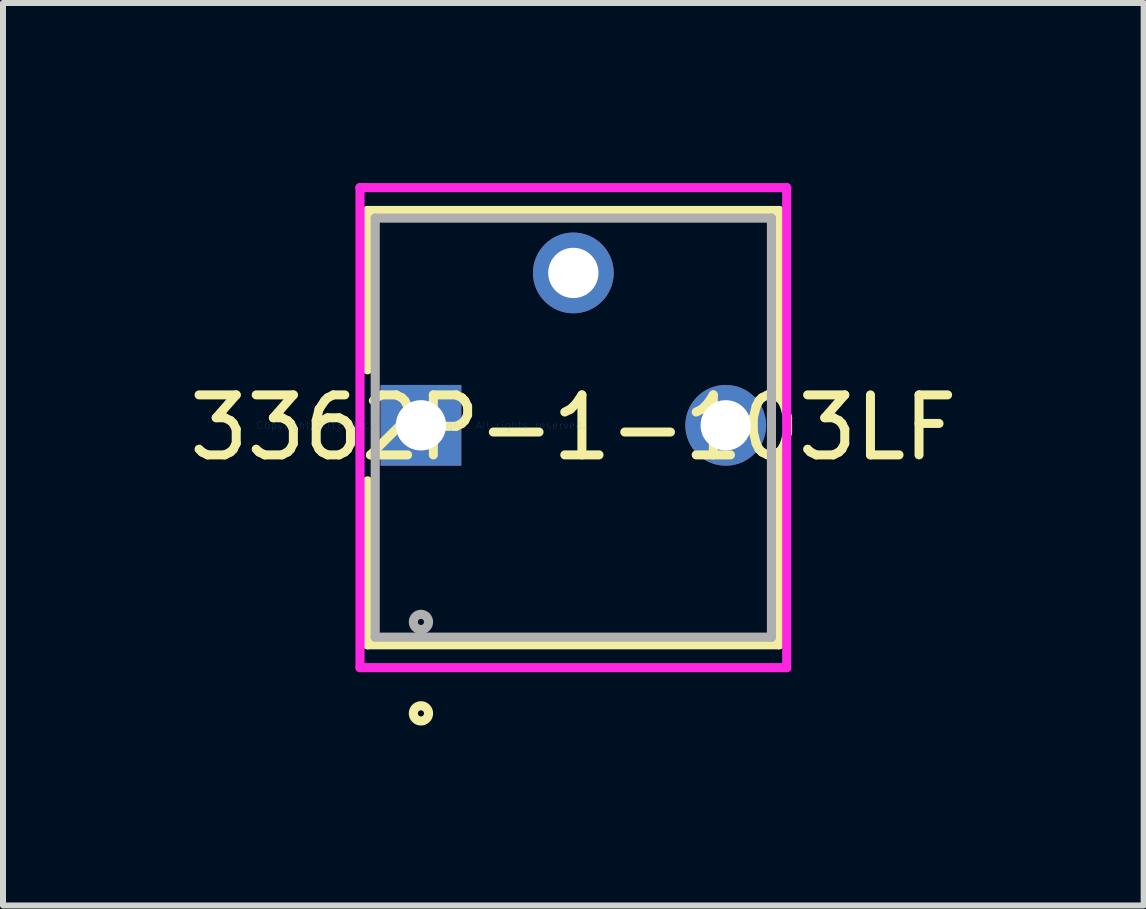
<source format=kicad_pcb>
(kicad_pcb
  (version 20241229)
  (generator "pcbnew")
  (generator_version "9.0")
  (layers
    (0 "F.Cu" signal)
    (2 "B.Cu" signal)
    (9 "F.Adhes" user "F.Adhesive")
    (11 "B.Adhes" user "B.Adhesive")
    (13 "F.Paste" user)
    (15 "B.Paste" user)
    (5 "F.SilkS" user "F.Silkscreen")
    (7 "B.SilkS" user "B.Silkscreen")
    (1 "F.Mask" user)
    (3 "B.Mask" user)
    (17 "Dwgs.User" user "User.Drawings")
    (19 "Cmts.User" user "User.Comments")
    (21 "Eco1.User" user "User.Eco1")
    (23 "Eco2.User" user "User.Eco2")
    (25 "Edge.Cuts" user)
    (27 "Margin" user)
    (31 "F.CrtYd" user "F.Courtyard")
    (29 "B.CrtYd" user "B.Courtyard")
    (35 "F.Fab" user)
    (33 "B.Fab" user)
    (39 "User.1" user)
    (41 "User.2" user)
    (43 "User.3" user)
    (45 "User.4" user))
  (footprint "3362P-1-103LF"
    (layer "F.Cu")
    (at 3.966 4.039)
    (property "Reference" "3362P-1-103LF" (at 2.54 0.038 0) (layer "F.SilkS") (effects (font (size 1 1) (thickness 0.15))))
    (attr through_hole)
    (fp_line (start -0.889 -3.581) (end -0.889 -0.926) (stroke (width 0.152) (type solid)) (layer "F.SilkS"))
    (fp_line (start -0.889 0.926) (end -0.889 3.658) (stroke (width 0.152) (type solid)) (layer "F.SilkS"))
    (fp_line (start -0.889 3.658) (end 5.969 3.658) (stroke (width 0.152) (type solid)) (layer "F.SilkS"))
    (fp_line (start 5.969 -3.581) (end -0.889 -3.581) (stroke (width 0.152) (type solid)) (layer "F.SilkS"))
    (fp_line (start 5.969 -0.471) (end 5.969 -3.581) (stroke (width 0.152) (type solid)) (layer "F.SilkS"))
    (fp_line (start 5.969 3.658) (end 5.969 0.471) (stroke (width 0.152) (type solid)) (layer "F.SilkS"))
    (fp_circle (center 0 4.801) (end 0.127 4.801) (stroke (width 0.152) (type solid)) (fill no) (layer "F.SilkS"))
    (fp_line (start -1.016 -3.962) (end 6.096 -3.962) (stroke (width 0.152) (type solid)) (layer "F.CrtYd"))
    (fp_line (start -1.016 4.039) (end -1.016 -3.962) (stroke (width 0.152) (type solid)) (layer "F.CrtYd"))
    (fp_line (start 6.096 -3.962) (end 6.096 4.039) (stroke (width 0.152) (type solid)) (layer "F.CrtYd"))
    (fp_line (start 6.096 4.039) (end -1.016 4.039) (stroke (width 0.152) (type solid)) (layer "F.CrtYd"))
    (fp_line (start -0.762 -3.454) (end -0.762 3.531) (stroke (width 0.152) (type solid)) (layer "F.Fab"))
    (fp_line (start -0.762 3.531) (end 5.842 3.531) (stroke (width 0.152) (type solid)) (layer "F.Fab"))
    (fp_line (start 5.842 -3.454) (end -0.762 -3.454) (stroke (width 0.152) (type solid)) (layer "F.Fab"))
    (fp_line (start 5.842 3.531) (end 5.842 -3.454) (stroke (width 0.152) (type solid)) (layer "F.Fab"))
    (fp_circle (center 0 3.277) (end 0.127 3.277) (stroke (width 0.152) (type solid)) (fill no) (layer "F.Fab"))
    (fp_text user "Copyright 2016 Accelerated Designs. All rights reserved." (at 0 0 0) (layer "Cmts.User") (effects (font (size 0.127 0.127) (thickness 0.002))))
    (pad "1" thru_hole rect (at 0 0) (size 1.346 1.346) (drill 0.838) (layers "*.Cu" "*.Mask"))
    (pad "2" thru_hole circle (at 2.54 -2.54) (size 1.346 1.346) (drill 0.838) (layers "*.Cu" "*.Mask"))
    (pad "3" thru_hole circle (at 5.08 0) (size 1.346 1.346) (drill 0.838) (layers "*.Cu" "*.Mask")))
  (gr_rect
    (start -3 -3)
    (end 16.012 12.042)
    (stroke (width 0.1) (type default))
    (fill no)
    (layer "Edge.Cuts")))
</source>
